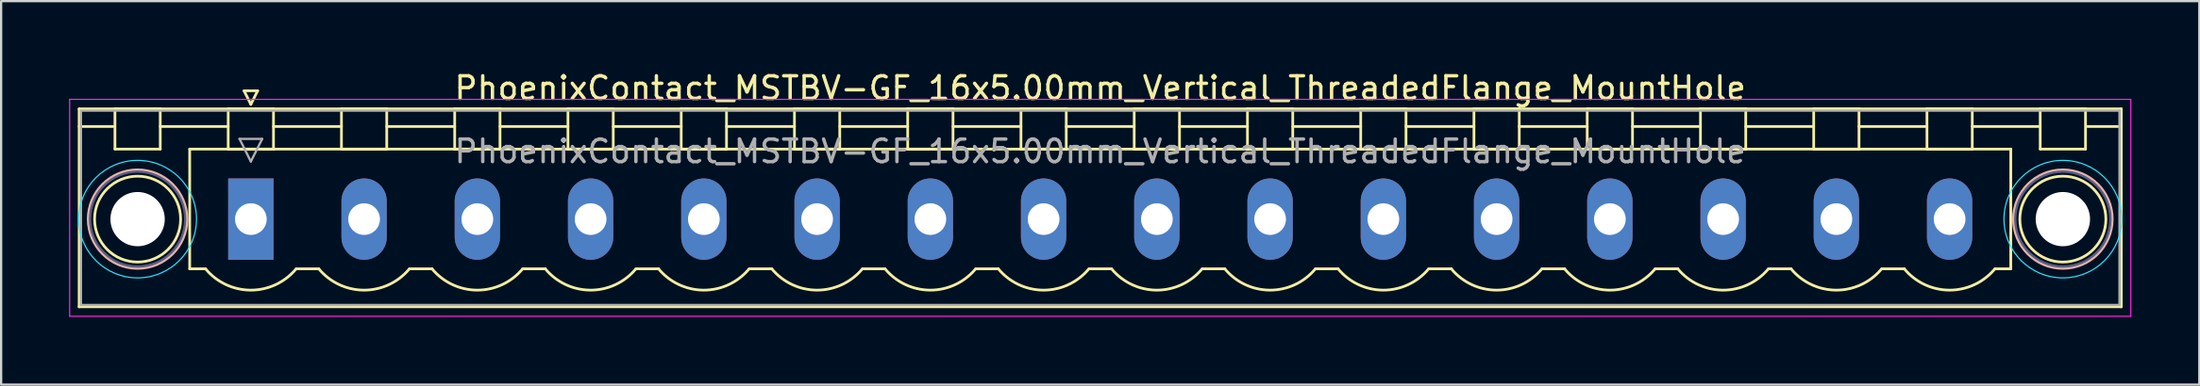
<source format=kicad_pcb>
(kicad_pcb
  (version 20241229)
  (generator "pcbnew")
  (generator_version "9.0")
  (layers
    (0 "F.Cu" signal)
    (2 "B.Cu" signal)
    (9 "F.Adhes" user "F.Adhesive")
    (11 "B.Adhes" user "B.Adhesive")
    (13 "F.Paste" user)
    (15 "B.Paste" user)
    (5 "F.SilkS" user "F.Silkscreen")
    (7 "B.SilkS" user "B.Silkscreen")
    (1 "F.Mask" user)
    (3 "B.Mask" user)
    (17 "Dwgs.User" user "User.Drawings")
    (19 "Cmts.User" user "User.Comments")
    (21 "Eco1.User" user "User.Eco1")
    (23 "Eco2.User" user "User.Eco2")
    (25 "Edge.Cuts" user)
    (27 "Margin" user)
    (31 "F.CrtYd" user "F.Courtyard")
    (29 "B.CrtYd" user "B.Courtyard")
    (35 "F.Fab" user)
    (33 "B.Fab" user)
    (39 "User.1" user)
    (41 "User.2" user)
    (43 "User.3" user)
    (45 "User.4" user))
  (footprint "PhoenixContact_MSTBV-GF_16x5.00mm_Vertical_ThreadedFlange_MountHole"
    (layer "F.Cu")
    (at 8.025 6.648)
    (property "Reference" "PhoenixContact_MSTBV-GF_16x5.00mm_Vertical_ThreadedFlange_MountHole" (at 37.5 -5.8 0) (layer "F.SilkS") (effects (font (size 1 1) (thickness 0.15))))
    (attr through_hole)
    (fp_line (start -7.58 -4.88) (end -7.58 3.88) (stroke (width 0.12) (type solid)) (layer "F.SilkS"))
    (fp_line (start -7.58 -4.1) (end -6.08 -4.1) (stroke (width 0.12) (type solid)) (layer "F.SilkS"))
    (fp_line (start -7.58 3.88) (end 82.58 3.88) (stroke (width 0.12) (type solid)) (layer "F.SilkS"))
    (fp_line (start -6 -4.88) (end -4 -4.88) (stroke (width 0.12) (type solid)) (layer "F.SilkS"))
    (fp_line (start -6 -3.1) (end -6 -4.88) (stroke (width 0.12) (type solid)) (layer "F.SilkS"))
    (fp_line (start -4 -4.88) (end -4 -3.1) (stroke (width 0.12) (type solid)) (layer "F.SilkS"))
    (fp_line (start -4 -4.1) (end -1 -4.1) (stroke (width 0.12) (type solid)) (layer "F.SilkS"))
    (fp_line (start -4 -3.1) (end -6 -3.1) (stroke (width 0.12) (type solid)) (layer "F.SilkS"))
    (fp_line (start -2.7 -3.1) (end 77.7 -3.1) (stroke (width 0.12) (type solid)) (layer "F.SilkS"))
    (fp_line (start -2.7 2.2) (end -2.7 -3.1) (stroke (width 0.12) (type solid)) (layer "F.SilkS"))
    (fp_line (start -2 2.2) (end -2.7 2.2) (stroke (width 0.12) (type solid)) (layer "F.SilkS"))
    (fp_line (start -1 -4.88) (end 1 -4.88) (stroke (width 0.12) (type solid)) (layer "F.SilkS"))
    (fp_line (start -1 -3.1) (end -1 -4.88) (stroke (width 0.12) (type solid)) (layer "F.SilkS"))
    (fp_line (start -0.3 -5.68) (end 0.3 -5.68) (stroke (width 0.12) (type solid)) (layer "F.SilkS"))
    (fp_line (start 0 -5.08) (end -0.3 -5.68) (stroke (width 0.12) (type solid)) (layer "F.SilkS"))
    (fp_line (start 0.3 -5.68) (end 0 -5.08) (stroke (width 0.12) (type solid)) (layer "F.SilkS"))
    (fp_line (start 1 -4.88) (end 1 -3.1) (stroke (width 0.12) (type solid)) (layer "F.SilkS"))
    (fp_line (start 1 -4.1) (end 4 -4.1) (stroke (width 0.12) (type solid)) (layer "F.SilkS"))
    (fp_line (start 1 -3.1) (end -1 -3.1) (stroke (width 0.12) (type solid)) (layer "F.SilkS"))
    (fp_line (start 2 2.2) (end 3 2.2) (stroke (width 0.12) (type solid)) (layer "F.SilkS"))
    (fp_line (start 4 -4.88) (end 6 -4.88) (stroke (width 0.12) (type solid)) (layer "F.SilkS"))
    (fp_line (start 4 -3.1) (end 4 -4.88) (stroke (width 0.12) (type solid)) (layer "F.SilkS"))
    (fp_line (start 6 -4.88) (end 6 -3.1) (stroke (width 0.12) (type solid)) (layer "F.SilkS"))
    (fp_line (start 6 -4.1) (end 9 -4.1) (stroke (width 0.12) (type solid)) (layer "F.SilkS"))
    (fp_line (start 6 -3.1) (end 4 -3.1) (stroke (width 0.12) (type solid)) (layer "F.SilkS"))
    (fp_line (start 7 2.2) (end 8 2.2) (stroke (width 0.12) (type solid)) (layer "F.SilkS"))
    (fp_line (start 9 -4.88) (end 11 -4.88) (stroke (width 0.12) (type solid)) (layer "F.SilkS"))
    (fp_line (start 9 -3.1) (end 9 -4.88) (stroke (width 0.12) (type solid)) (layer "F.SilkS"))
    (fp_line (start 11 -4.88) (end 11 -3.1) (stroke (width 0.12) (type solid)) (layer "F.SilkS"))
    (fp_line (start 11 -4.1) (end 14 -4.1) (stroke (width 0.12) (type solid)) (layer "F.SilkS"))
    (fp_line (start 11 -3.1) (end 9 -3.1) (stroke (width 0.12) (type solid)) (layer "F.SilkS"))
    (fp_line (start 12 2.2) (end 13 2.2) (stroke (width 0.12) (type solid)) (layer "F.SilkS"))
    (fp_line (start 14 -4.88) (end 16 -4.88) (stroke (width 0.12) (type solid)) (layer "F.SilkS"))
    (fp_line (start 14 -3.1) (end 14 -4.88) (stroke (width 0.12) (type solid)) (layer "F.SilkS"))
    (fp_line (start 16 -4.88) (end 16 -3.1) (stroke (width 0.12) (type solid)) (layer "F.SilkS"))
    (fp_line (start 16 -4.1) (end 19 -4.1) (stroke (width 0.12) (type solid)) (layer "F.SilkS"))
    (fp_line (start 16 -3.1) (end 14 -3.1) (stroke (width 0.12) (type solid)) (layer "F.SilkS"))
    (fp_line (start 17 2.2) (end 18 2.2) (stroke (width 0.12) (type solid)) (layer "F.SilkS"))
    (fp_line (start 19 -4.88) (end 21 -4.88) (stroke (width 0.12) (type solid)) (layer "F.SilkS"))
    (fp_line (start 19 -3.1) (end 19 -4.88) (stroke (width 0.12) (type solid)) (layer "F.SilkS"))
    (fp_line (start 21 -4.88) (end 21 -3.1) (stroke (width 0.12) (type solid)) (layer "F.SilkS"))
    (fp_line (start 21 -4.1) (end 24 -4.1) (stroke (width 0.12) (type solid)) (layer "F.SilkS"))
    (fp_line (start 21 -3.1) (end 19 -3.1) (stroke (width 0.12) (type solid)) (layer "F.SilkS"))
    (fp_line (start 22 2.2) (end 23 2.2) (stroke (width 0.12) (type solid)) (layer "F.SilkS"))
    (fp_line (start 24 -4.88) (end 26 -4.88) (stroke (width 0.12) (type solid)) (layer "F.SilkS"))
    (fp_line (start 24 -3.1) (end 24 -4.88) (stroke (width 0.12) (type solid)) (layer "F.SilkS"))
    (fp_line (start 26 -4.88) (end 26 -3.1) (stroke (width 0.12) (type solid)) (layer "F.SilkS"))
    (fp_line (start 26 -4.1) (end 29 -4.1) (stroke (width 0.12) (type solid)) (layer "F.SilkS"))
    (fp_line (start 26 -3.1) (end 24 -3.1) (stroke (width 0.12) (type solid)) (layer "F.SilkS"))
    (fp_line (start 27 2.2) (end 28 2.2) (stroke (width 0.12) (type solid)) (layer "F.SilkS"))
    (fp_line (start 29 -4.88) (end 31 -4.88) (stroke (width 0.12) (type solid)) (layer "F.SilkS"))
    (fp_line (start 29 -3.1) (end 29 -4.88) (stroke (width 0.12) (type solid)) (layer "F.SilkS"))
    (fp_line (start 31 -4.88) (end 31 -3.1) (stroke (width 0.12) (type solid)) (layer "F.SilkS"))
    (fp_line (start 31 -4.1) (end 34 -4.1) (stroke (width 0.12) (type solid)) (layer "F.SilkS"))
    (fp_line (start 31 -3.1) (end 29 -3.1) (stroke (width 0.12) (type solid)) (layer "F.SilkS"))
    (fp_line (start 32 2.2) (end 33 2.2) (stroke (width 0.12) (type solid)) (layer "F.SilkS"))
    (fp_line (start 34 -4.88) (end 36 -4.88) (stroke (width 0.12) (type solid)) (layer "F.SilkS"))
    (fp_line (start 34 -3.1) (end 34 -4.88) (stroke (width 0.12) (type solid)) (layer "F.SilkS"))
    (fp_line (start 36 -4.88) (end 36 -3.1) (stroke (width 0.12) (type solid)) (layer "F.SilkS"))
    (fp_line (start 36 -4.1) (end 39 -4.1) (stroke (width 0.12) (type solid)) (layer "F.SilkS"))
    (fp_line (start 36 -3.1) (end 34 -3.1) (stroke (width 0.12) (type solid)) (layer "F.SilkS"))
    (fp_line (start 37 2.2) (end 38 2.2) (stroke (width 0.12) (type solid)) (layer "F.SilkS"))
    (fp_line (start 39 -4.88) (end 41 -4.88) (stroke (width 0.12) (type solid)) (layer "F.SilkS"))
    (fp_line (start 39 -3.1) (end 39 -4.88) (stroke (width 0.12) (type solid)) (layer "F.SilkS"))
    (fp_line (start 41 -4.88) (end 41 -3.1) (stroke (width 0.12) (type solid)) (layer "F.SilkS"))
    (fp_line (start 41 -4.1) (end 44 -4.1) (stroke (width 0.12) (type solid)) (layer "F.SilkS"))
    (fp_line (start 41 -3.1) (end 39 -3.1) (stroke (width 0.12) (type solid)) (layer "F.SilkS"))
    (fp_line (start 42 2.2) (end 43 2.2) (stroke (width 0.12) (type solid)) (layer "F.SilkS"))
    (fp_line (start 44 -4.88) (end 46 -4.88) (stroke (width 0.12) (type solid)) (layer "F.SilkS"))
    (fp_line (start 44 -3.1) (end 44 -4.88) (stroke (width 0.12) (type solid)) (layer "F.SilkS"))
    (fp_line (start 46 -4.88) (end 46 -3.1) (stroke (width 0.12) (type solid)) (layer "F.SilkS"))
    (fp_line (start 46 -4.1) (end 49 -4.1) (stroke (width 0.12) (type solid)) (layer "F.SilkS"))
    (fp_line (start 46 -3.1) (end 44 -3.1) (stroke (width 0.12) (type solid)) (layer "F.SilkS"))
    (fp_line (start 47 2.2) (end 48 2.2) (stroke (width 0.12) (type solid)) (layer "F.SilkS"))
    (fp_line (start 49 -4.88) (end 51 -4.88) (stroke (width 0.12) (type solid)) (layer "F.SilkS"))
    (fp_line (start 49 -3.1) (end 49 -4.88) (stroke (width 0.12) (type solid)) (layer "F.SilkS"))
    (fp_line (start 51 -4.88) (end 51 -3.1) (stroke (width 0.12) (type solid)) (layer "F.SilkS"))
    (fp_line (start 51 -4.1) (end 54 -4.1) (stroke (width 0.12) (type solid)) (layer "F.SilkS"))
    (fp_line (start 51 -3.1) (end 49 -3.1) (stroke (width 0.12) (type solid)) (layer "F.SilkS"))
    (fp_line (start 52 2.2) (end 53 2.2) (stroke (width 0.12) (type solid)) (layer "F.SilkS"))
    (fp_line (start 54 -4.88) (end 56 -4.88) (stroke (width 0.12) (type solid)) (layer "F.SilkS"))
    (fp_line (start 54 -3.1) (end 54 -4.88) (stroke (width 0.12) (type solid)) (layer "F.SilkS"))
    (fp_line (start 56 -4.88) (end 56 -3.1) (stroke (width 0.12) (type solid)) (layer "F.SilkS"))
    (fp_line (start 56 -4.1) (end 59 -4.1) (stroke (width 0.12) (type solid)) (layer "F.SilkS"))
    (fp_line (start 56 -3.1) (end 54 -3.1) (stroke (width 0.12) (type solid)) (layer "F.SilkS"))
    (fp_line (start 57 2.2) (end 58 2.2) (stroke (width 0.12) (type solid)) (layer "F.SilkS"))
    (fp_line (start 59 -4.88) (end 61 -4.88) (stroke (width 0.12) (type solid)) (layer "F.SilkS"))
    (fp_line (start 59 -3.1) (end 59 -4.88) (stroke (width 0.12) (type solid)) (layer "F.SilkS"))
    (fp_line (start 61 -4.88) (end 61 -3.1) (stroke (width 0.12) (type solid)) (layer "F.SilkS"))
    (fp_line (start 61 -4.1) (end 64 -4.1) (stroke (width 0.12) (type solid)) (layer "F.SilkS"))
    (fp_line (start 61 -3.1) (end 59 -3.1) (stroke (width 0.12) (type solid)) (layer "F.SilkS"))
    (fp_line (start 62 2.2) (end 63 2.2) (stroke (width 0.12) (type solid)) (layer "F.SilkS"))
    (fp_line (start 64 -4.88) (end 66 -4.88) (stroke (width 0.12) (type solid)) (layer "F.SilkS"))
    (fp_line (start 64 -3.1) (end 64 -4.88) (stroke (width 0.12) (type solid)) (layer "F.SilkS"))
    (fp_line (start 66 -4.88) (end 66 -3.1) (stroke (width 0.12) (type solid)) (layer "F.SilkS"))
    (fp_line (start 66 -4.1) (end 69 -4.1) (stroke (width 0.12) (type solid)) (layer "F.SilkS"))
    (fp_line (start 66 -3.1) (end 64 -3.1) (stroke (width 0.12) (type solid)) (layer "F.SilkS"))
    (fp_line (start 67 2.2) (end 68 2.2) (stroke (width 0.12) (type solid)) (layer "F.SilkS"))
    (fp_line (start 69 -4.88) (end 71 -4.88) (stroke (width 0.12) (type solid)) (layer "F.SilkS"))
    (fp_line (start 69 -3.1) (end 69 -4.88) (stroke (width 0.12) (type solid)) (layer "F.SilkS"))
    (fp_line (start 71 -4.88) (end 71 -3.1) (stroke (width 0.12) (type solid)) (layer "F.SilkS"))
    (fp_line (start 71 -4.1) (end 74 -4.1) (stroke (width 0.12) (type solid)) (layer "F.SilkS"))
    (fp_line (start 71 -3.1) (end 69 -3.1) (stroke (width 0.12) (type solid)) (layer "F.SilkS"))
    (fp_line (start 72 2.2) (end 73 2.2) (stroke (width 0.12) (type solid)) (layer "F.SilkS"))
    (fp_line (start 74 -4.88) (end 76 -4.88) (stroke (width 0.12) (type solid)) (layer "F.SilkS"))
    (fp_line (start 74 -3.1) (end 74 -4.88) (stroke (width 0.12) (type solid)) (layer "F.SilkS"))
    (fp_line (start 76 -4.88) (end 76 -3.1) (stroke (width 0.12) (type solid)) (layer "F.SilkS"))
    (fp_line (start 76 -4.1) (end 79 -4.1) (stroke (width 0.12) (type solid)) (layer "F.SilkS"))
    (fp_line (start 76 -3.1) (end 74 -3.1) (stroke (width 0.12) (type solid)) (layer "F.SilkS"))
    (fp_line (start 77.7 -3.1) (end 77.7 2.2) (stroke (width 0.12) (type solid)) (layer "F.SilkS"))
    (fp_line (start 77.7 2.2) (end 77 2.2) (stroke (width 0.12) (type solid)) (layer "F.SilkS"))
    (fp_line (start 79 -4.88) (end 81 -4.88) (stroke (width 0.12) (type solid)) (layer "F.SilkS"))
    (fp_line (start 79 -3.1) (end 79 -4.88) (stroke (width 0.12) (type solid)) (layer "F.SilkS"))
    (fp_line (start 81 -4.88) (end 81 -3.1) (stroke (width 0.12) (type solid)) (layer "F.SilkS"))
    (fp_line (start 81 -3.1) (end 79 -3.1) (stroke (width 0.12) (type solid)) (layer "F.SilkS"))
    (fp_line (start 82.58 -4.88) (end -7.58 -4.88) (stroke (width 0.12) (type solid)) (layer "F.SilkS"))
    (fp_line (start 82.58 -4.1) (end 81.08 -4.1) (stroke (width 0.12) (type solid)) (layer "F.SilkS"))
    (fp_line (start 82.58 3.88) (end 82.58 -4.88) (stroke (width 0.12) (type solid)) (layer "F.SilkS"))
    (fp_arc (start 1.986842 2.215821) (mid -0.010289 3.142758) (end -2 2.2) (stroke (width 0.12) (type solid)) (layer "F.SilkS"))
    (fp_arc (start 6.986842 2.215821) (mid 4.989711 3.142758) (end 3 2.2) (stroke (width 0.12) (type solid)) (layer "F.SilkS"))
    (fp_arc (start 11.986842 2.215821) (mid 9.989711 3.142758) (end 8 2.2) (stroke (width 0.12) (type solid)) (layer "F.SilkS"))
    (fp_arc (start 16.986842 2.215821) (mid 14.989711 3.142758) (end 13 2.2) (stroke (width 0.12) (type solid)) (layer "F.SilkS"))
    (fp_arc (start 21.986842 2.215821) (mid 19.989711 3.142758) (end 18 2.2) (stroke (width 0.12) (type solid)) (layer "F.SilkS"))
    (fp_arc (start 26.986842 2.215821) (mid 24.989711 3.142758) (end 23 2.2) (stroke (width 0.12) (type solid)) (layer "F.SilkS"))
    (fp_arc (start 31.986842 2.215821) (mid 29.989711 3.142758) (end 28 2.2) (stroke (width 0.12) (type solid)) (layer "F.SilkS"))
    (fp_arc (start 36.986842 2.215821) (mid 34.989711 3.142758) (end 33 2.2) (stroke (width 0.12) (type solid)) (layer "F.SilkS"))
    (fp_arc (start 41.986842 2.215821) (mid 39.989711 3.142758) (end 38 2.2) (stroke (width 0.12) (type solid)) (layer "F.SilkS"))
    (fp_arc (start 46.986842 2.215821) (mid 44.989711 3.142758) (end 43 2.2) (stroke (width 0.12) (type solid)) (layer "F.SilkS"))
    (fp_arc (start 51.986842 2.215821) (mid 49.989711 3.142758) (end 48 2.2) (stroke (width 0.12) (type solid)) (layer "F.SilkS"))
    (fp_arc (start 56.986842 2.215821) (mid 54.989711 3.142758) (end 53 2.2) (stroke (width 0.12) (type solid)) (layer "F.SilkS"))
    (fp_arc (start 61.986842 2.215821) (mid 59.989711 3.142758) (end 58 2.2) (stroke (width 0.12) (type solid)) (layer "F.SilkS"))
    (fp_arc (start 66.986842 2.215821) (mid 64.989711 3.142758) (end 63 2.2) (stroke (width 0.12) (type solid)) (layer "F.SilkS"))
    (fp_arc (start 71.986842 2.215821) (mid 69.989711 3.142758) (end 68 2.2) (stroke (width 0.12) (type solid)) (layer "F.SilkS"))
    (fp_arc (start 76.986842 2.215821) (mid 74.989711 3.142758) (end 73 2.2) (stroke (width 0.12) (type solid)) (layer "F.SilkS"))
    (fp_circle (center -5 0) (end -3.1 0) (stroke (width 0.12) (type solid)) (fill no) (layer "F.SilkS"))
    (fp_circle (center 80 0) (end 81.9 0) (stroke (width 0.12) (type solid)) (fill no) (layer "F.SilkS"))
    (fp_circle (center -5 0) (end -2.82 0) (stroke (width 0.12) (type solid)) (fill no) (layer "B.SilkS"))
    (fp_circle (center 80 0) (end 82.18 0) (stroke (width 0.12) (type solid)) (fill no) (layer "B.SilkS"))
    (fp_circle (center -5 0) (end -2.4 0) (stroke (width 0.05) (type solid)) (fill no) (layer "B.CrtYd"))
    (fp_circle (center 80 0) (end 82.6 0) (stroke (width 0.05) (type solid)) (fill no) (layer "B.CrtYd"))
    (fp_line (start -8 -5.3) (end -8 4.3) (stroke (width 0.05) (type solid)) (layer "F.CrtYd"))
    (fp_line (start -8 4.3) (end 83 4.3) (stroke (width 0.05) (type solid)) (layer "F.CrtYd"))
    (fp_line (start 83 -5.3) (end -8 -5.3) (stroke (width 0.05) (type solid)) (layer "F.CrtYd"))
    (fp_line (start 83 4.3) (end 83 -5.3) (stroke (width 0.05) (type solid)) (layer "F.CrtYd"))
    (fp_circle (center -5 0) (end -2.9 0) (stroke (width 0.1) (type solid)) (fill no) (layer "B.Fab"))
    (fp_circle (center 80 0) (end 82.1 0) (stroke (width 0.1) (type solid)) (fill no) (layer "B.Fab"))
    (fp_line (start -7.5 -4.8) (end -7.5 3.8) (stroke (width 0.1) (type solid)) (layer "F.Fab"))
    (fp_line (start -7.5 3.8) (end 82.5 3.8) (stroke (width 0.1) (type solid)) (layer "F.Fab"))
    (fp_line (start -0.5 -3.55) (end 0.5 -3.55) (stroke (width 0.1) (type solid)) (layer "F.Fab"))
    (fp_line (start 0 -2.55) (end -0.5 -3.55) (stroke (width 0.1) (type solid)) (layer "F.Fab"))
    (fp_line (start 0.5 -3.55) (end 0 -2.55) (stroke (width 0.1) (type solid)) (layer "F.Fab"))
    (fp_line (start 82.5 -4.8) (end -7.5 -4.8) (stroke (width 0.1) (type solid)) (layer "F.Fab"))
    (fp_line (start 82.5 3.8) (end 82.5 -4.8) (stroke (width 0.1) (type solid)) (layer "F.Fab"))
    (fp_text user "${REFERENCE}" (at 37.5 -3 0) (layer "F.Fab") (effects (font (size 1 1) (thickness 0.15))))
    (pad "" np_thru_hole circle (at -5 0) (size 2.4 2.4) (drill 2.4) (layers "*.Cu" "*.Mask"))
    (pad "" np_thru_hole circle (at 80 0) (size 2.4 2.4) (drill 2.4) (layers "*.Cu" "*.Mask"))
    (pad "1" thru_hole rect (at 0 0) (size 2 3.6) (drill 1.4) (layers "*.Cu" "*.Mask"))
    (pad "2" thru_hole oval (at 5 0) (size 2 3.6) (drill 1.4) (layers "*.Cu" "*.Mask"))
    (pad "3" thru_hole oval (at 10 0) (size 2 3.6) (drill 1.4) (layers "*.Cu" "*.Mask"))
    (pad "4" thru_hole oval (at 15 0) (size 2 3.6) (drill 1.4) (layers "*.Cu" "*.Mask"))
    (pad "5" thru_hole oval (at 20 0) (size 2 3.6) (drill 1.4) (layers "*.Cu" "*.Mask"))
    (pad "6" thru_hole oval (at 25 0) (size 2 3.6) (drill 1.4) (layers "*.Cu" "*.Mask"))
    (pad "7" thru_hole oval (at 30 0) (size 2 3.6) (drill 1.4) (layers "*.Cu" "*.Mask"))
    (pad "8" thru_hole oval (at 35 0) (size 2 3.6) (drill 1.4) (layers "*.Cu" "*.Mask"))
    (pad "9" thru_hole oval (at 40 0) (size 2 3.6) (drill 1.4) (layers "*.Cu" "*.Mask"))
    (pad "10" thru_hole oval (at 45 0) (size 2 3.6) (drill 1.4) (layers "*.Cu" "*.Mask"))
    (pad "11" thru_hole oval (at 50 0) (size 2 3.6) (drill 1.4) (layers "*.Cu" "*.Mask"))
    (pad "12" thru_hole oval (at 55 0) (size 2 3.6) (drill 1.4) (layers "*.Cu" "*.Mask"))
    (pad "13" thru_hole oval (at 60 0) (size 2 3.6) (drill 1.4) (layers "*.Cu" "*.Mask"))
    (pad "14" thru_hole oval (at 65 0) (size 2 3.6) (drill 1.4) (layers "*.Cu" "*.Mask"))
    (pad "15" thru_hole oval (at 70 0) (size 2 3.6) (drill 1.4) (layers "*.Cu" "*.Mask"))
    (pad "16" thru_hole oval (at 75 0) (size 2 3.6) (drill 1.4) (layers "*.Cu" "*.Mask")))
  (gr_rect
    (start -3 -3)
    (end 94.05 13.973)
    (stroke (width 0.1) (type default))
    (fill no)
    (layer "Edge.Cuts")))
</source>
